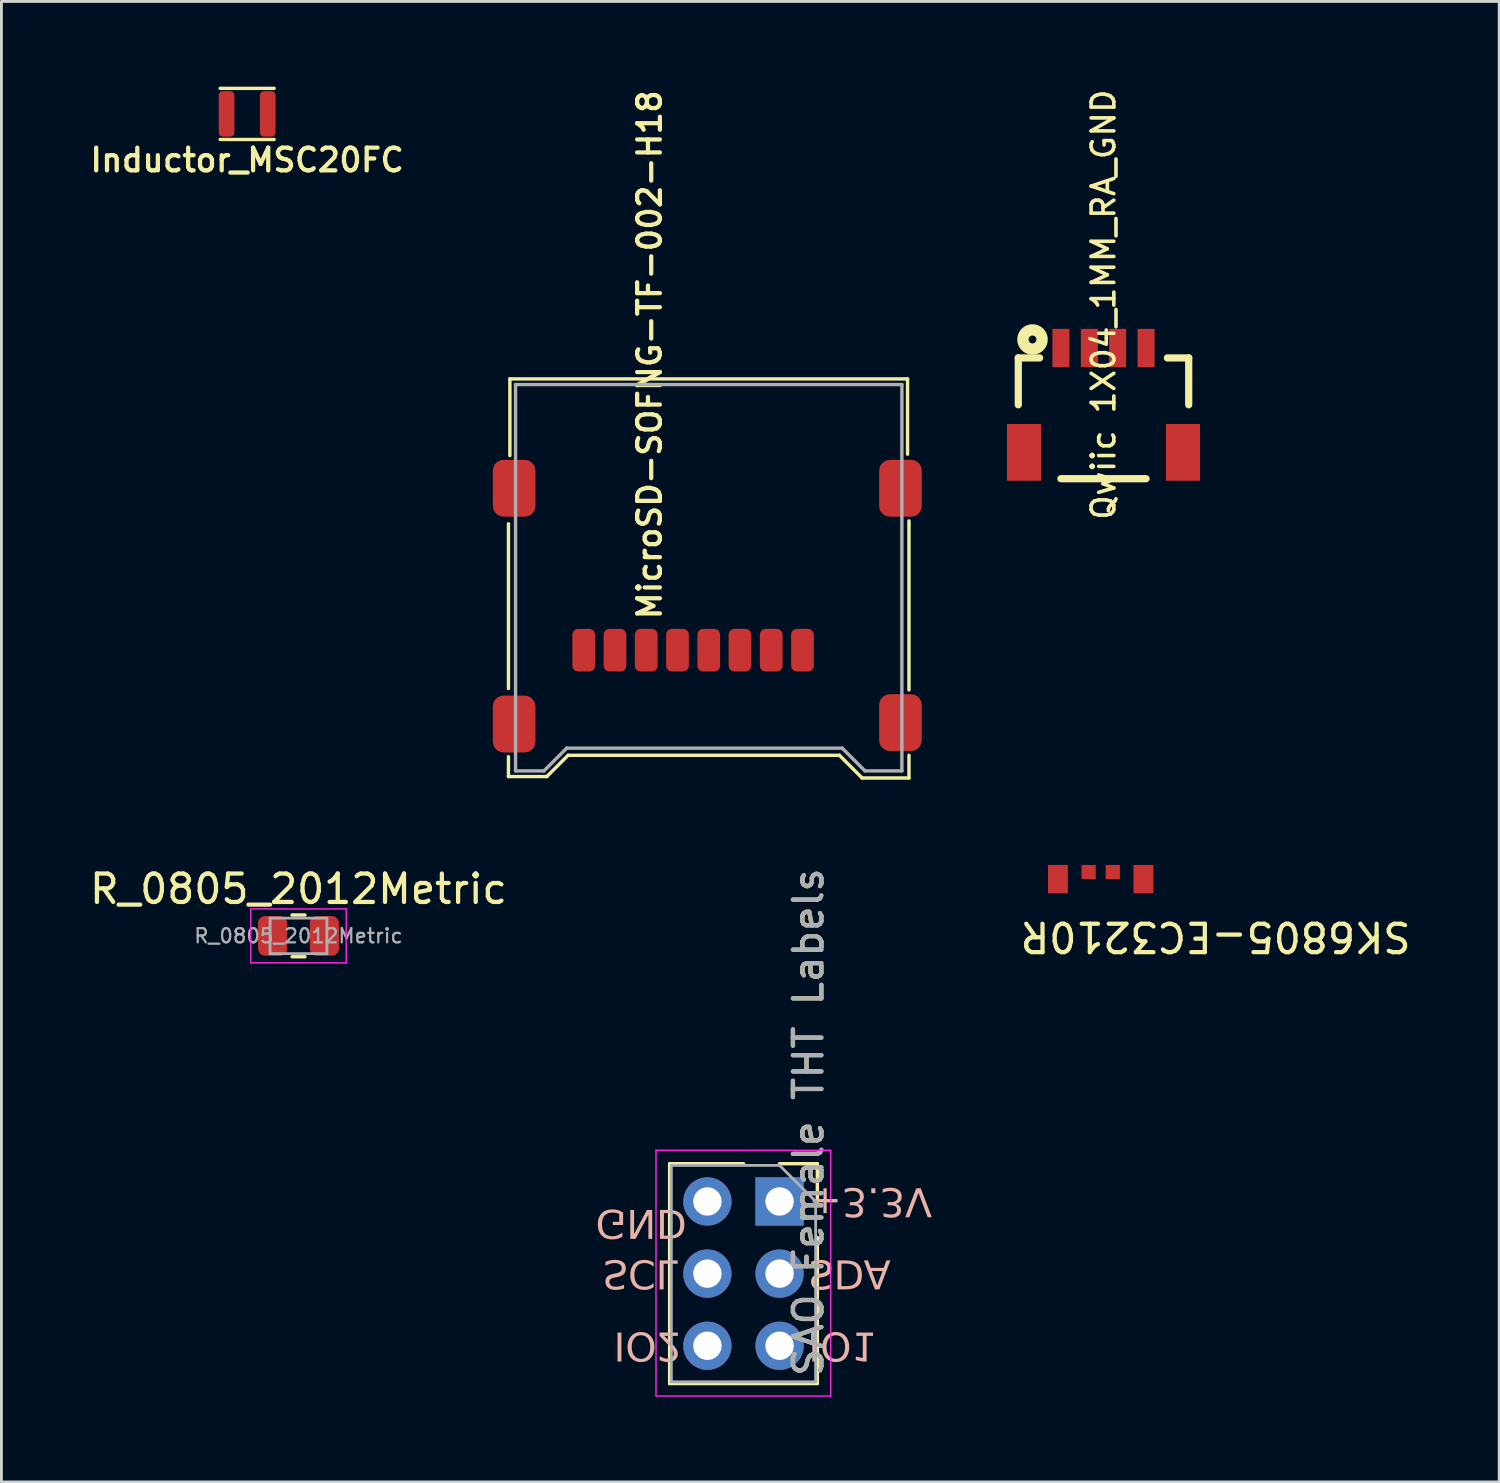
<source format=kicad_pcb>
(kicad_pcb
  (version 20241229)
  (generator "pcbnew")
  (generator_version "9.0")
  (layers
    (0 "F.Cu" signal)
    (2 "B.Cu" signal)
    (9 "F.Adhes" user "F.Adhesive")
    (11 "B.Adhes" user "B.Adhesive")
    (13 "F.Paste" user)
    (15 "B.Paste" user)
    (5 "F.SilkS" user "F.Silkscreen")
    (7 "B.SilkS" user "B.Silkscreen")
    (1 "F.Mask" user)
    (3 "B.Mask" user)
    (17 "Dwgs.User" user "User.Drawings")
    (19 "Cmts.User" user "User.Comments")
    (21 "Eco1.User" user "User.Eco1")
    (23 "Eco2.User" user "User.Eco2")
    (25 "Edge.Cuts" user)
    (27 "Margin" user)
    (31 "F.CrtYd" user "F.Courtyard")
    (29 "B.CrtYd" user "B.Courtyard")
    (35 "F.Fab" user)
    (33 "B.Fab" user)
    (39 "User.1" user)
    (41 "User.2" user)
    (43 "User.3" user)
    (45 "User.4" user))
  (footprint "SK6805-EC3210R"
    (layer "F.Cu")
    (at 35.699 27.649)
    (property "Reference" "SK6805-EC3210R" (at 4.047 2.276 180) (unlocked yes) (layer "F.SilkS") (effects (font (size 1 1) (thickness 0.15))))
    (attr smd)
    (fp_rect (start -1.6 0.2) (end 1.6 0.7) (stroke (width 0.1) (type default)) (fill no) (layer "Eco1.User"))
    (fp_arc (start 1 0.7) (mid 0 1.7) (end -1 0.7) (stroke (width 0.1) (type default)) (layer "Eco1.User"))
    (pad "1" smd rect (at -1.505 0.25) (size 0.7 1) (layers "F.Cu" "F.Mask" "F.Paste"))
    (pad "2" smd rect (at -0.425 0) (size 0.5 0.5) (layers "F.Cu" "F.Mask" "F.Paste"))
    (pad "3" smd rect (at 1.505 0.25) (size 0.7 1) (layers "F.Cu" "F.Mask" "F.Paste"))
    (pad "4" smd rect (at 0.425 0) (size 0.5 0.5) (layers "F.Cu" "F.Mask" "F.Paste")))
  (footprint "Inductor_MSC20FC"
    (layer "F.Cu")
    (at 5.651 0.96)
    (property "Reference" "Inductor_MSC20FC" (at -0.001 1.625 0) (layer "F.SilkS") (effects (font (size 0.8 0.8) (thickness 0.15))))
    (attr smd)
    (fp_line (start -0.95 0.9) (end 0.95 0.9) (stroke (width 0.12) (type solid)) (layer "F.SilkS"))
    (fp_line (start -0.9 -0.9) (end -0.95 -0.9) (stroke (width 0.12) (type solid)) (layer "F.SilkS"))
    (fp_line (start -0.9 -0.9) (end 0.95 -0.9) (stroke (width 0.12) (type solid)) (layer "F.SilkS"))
    (pad "1" smd roundrect (at -0.725 0) (size 0.55 1.6) (layers "F.Cu" "F.Mask" "F.Paste") (roundrect_rratio 0.25))
    (pad "2" smd roundrect (at 0.725 0) (size 0.55 1.6) (layers "F.Cu" "F.Mask" "F.Paste") (roundrect_rratio 0.25)))
  (footprint "MicroSD-SOFNG-TF-002-H18"
    (layer "F.Cu")
    (at 21.9 19.789)
    (property "Reference" "MicroSD-SOFNG-TF-002-H18" (at -2.082 -10.349 90) (layer "F.SilkS") (effects (font (size 0.8 0.8) (thickness 0.15))))
    (attr smd)
    (fp_line (start -7.05 1.4) (end -7.05 -4.4) (stroke (width 0.12) (type solid)) (layer "F.SilkS"))
    (fp_line (start -7.05 4.5) (end -7.05 3.8) (stroke (width 0.12) (type solid)) (layer "F.SilkS"))
    (fp_line (start -7 -9.5) (end 7 -9.5) (stroke (width 0.12) (type solid)) (layer "F.SilkS"))
    (fp_line (start -7 -6.8) (end -7 -9.5) (stroke (width 0.12) (type solid)) (layer "F.SilkS"))
    (fp_line (start -5.7 4.5) (end -7.05 4.5) (stroke (width 0.12) (type solid)) (layer "F.SilkS"))
    (fp_line (start -4.95 3.75) (end -5.7 4.5) (stroke (width 0.12) (type solid)) (layer "F.SilkS"))
    (fp_line (start 4.6 3.75) (end -4.95 3.75) (stroke (width 0.12) (type solid)) (layer "F.SilkS"))
    (fp_line (start 5.4 4.55) (end 4.6 3.75) (stroke (width 0.12) (type solid)) (layer "F.SilkS"))
    (fp_line (start 7 -9.5) (end 7 -6.85) (stroke (width 0.12) (type solid)) (layer "F.SilkS"))
    (fp_line (start 7.05 -4.5) (end 7.05 1.45) (stroke (width 0.12) (type solid)) (layer "F.SilkS"))
    (fp_line (start 7.05 3.75) (end 7.05 4.55) (stroke (width 0.12) (type solid)) (layer "F.SilkS"))
    (fp_line (start 7.05 4.55) (end 5.4 4.55) (stroke (width 0.12) (type solid)) (layer "F.SilkS"))
    (fp_line (start -6.8 -9.3) (end -6.8 4.3) (stroke (width 0.12) (type solid)) (layer "F.Fab"))
    (fp_line (start -6.8 -9.3) (end 6.8 -9.3) (stroke (width 0.12) (type solid)) (layer "F.Fab"))
    (fp_line (start -5.8 4.3) (end -6.8 4.3) (stroke (width 0.12) (type solid)) (layer "F.Fab"))
    (fp_line (start -5 3.5) (end -5.8 4.3) (stroke (width 0.12) (type solid)) (layer "F.Fab"))
    (fp_line (start 4.7 3.5) (end -5 3.5) (stroke (width 0.12) (type solid)) (layer "F.Fab"))
    (fp_line (start 5.5 4.3) (end 4.7 3.5) (stroke (width 0.12) (type solid)) (layer "F.Fab"))
    (fp_line (start 6.8 -9.3) (end 6.8 4.3) (stroke (width 0.12) (type solid)) (layer "F.Fab"))
    (fp_line (start 6.8 4.3) (end 5.5 4.3) (stroke (width 0.12) (type solid)) (layer "F.Fab"))
    (pad "1" smd roundrect (at 3.3 0.05 180) (size 0.8 1.5) (layers "F.Cu" "F.Mask" "F.Paste") (roundrect_rratio 0.25))
    (pad "2" smd roundrect (at 2.2 0.05 180) (size 0.8 1.5) (layers "F.Cu" "F.Mask" "F.Paste") (roundrect_rratio 0.25))
    (pad "3" smd roundrect (at 1.1 0.05 180) (size 0.8 1.5) (layers "F.Cu" "F.Mask" "F.Paste") (roundrect_rratio 0.25))
    (pad "4" smd roundrect (at 0 0.05 180) (size 0.8 1.5) (layers "F.Cu" "F.Mask" "F.Paste") (roundrect_rratio 0.25))
    (pad "5" smd roundrect (at -1.1 0.05 180) (size 0.8 1.5) (layers "F.Cu" "F.Mask" "F.Paste") (roundrect_rratio 0.25))
    (pad "6" smd roundrect (at -2.2 0.05 180) (size 0.8 1.5) (layers "F.Cu" "F.Mask" "F.Paste") (roundrect_rratio 0.25))
    (pad "7" smd roundrect (at -3.3 0.05 180) (size 0.8 1.5) (layers "F.Cu" "F.Mask" "F.Paste") (roundrect_rratio 0.25))
    (pad "8" smd roundrect (at -4.4 0.05 180) (size 0.8 1.5) (layers "F.Cu" "F.Mask" "F.Paste") (roundrect_rratio 0.25))
    (pad "9" smd roundrect (at -6.85 -5.65 180) (size 1.5 2) (layers "F.Cu" "F.Mask" "F.Paste") (roundrect_rratio 0.25))
    (pad "9" smd roundrect (at -6.85 2.65 180) (size 1.5 2) (layers "F.Cu" "F.Mask" "F.Paste") (roundrect_rratio 0.25))
    (pad "9" smd roundrect (at 6.75 -5.65 180) (size 1.5 2) (layers "F.Cu" "F.Mask" "F.Paste") (roundrect_rratio 0.25))
    (pad "9" smd roundrect (at 6.75 2.6 180) (size 1.5 2) (layers "F.Cu" "F.Mask" "F.Paste") (roundrect_rratio 0.25)))
  (footprint "R_0805_2012Metric"
    (layer "F.Cu")
    (at 7.458 29.897)
    (property "Reference" "R_0805_2012Metric" (at 0 -1.65 0) (layer "F.SilkS") (effects (font (size 1 1) (thickness 0.15))))
    (attr smd)
    (fp_line (start -0.227 -0.735) (end 0.227 -0.735) (stroke (width 0.12) (type solid)) (layer "F.SilkS"))
    (fp_line (start -0.227 0.735) (end 0.227 0.735) (stroke (width 0.12) (type solid)) (layer "F.SilkS"))
    (fp_line (start -1.68 -0.95) (end 1.68 -0.95) (stroke (width 0.05) (type solid)) (layer "F.CrtYd"))
    (fp_line (start -1.68 0.95) (end -1.68 -0.95) (stroke (width 0.05) (type solid)) (layer "F.CrtYd"))
    (fp_line (start 1.68 -0.95) (end 1.68 0.95) (stroke (width 0.05) (type solid)) (layer "F.CrtYd"))
    (fp_line (start 1.68 0.95) (end -1.68 0.95) (stroke (width 0.05) (type solid)) (layer "F.CrtYd"))
    (fp_line (start -1 -0.625) (end 1 -0.625) (stroke (width 0.1) (type solid)) (layer "F.Fab"))
    (fp_line (start -1 0.625) (end -1 -0.625) (stroke (width 0.1) (type solid)) (layer "F.Fab"))
    (fp_line (start 1 -0.625) (end 1 0.625) (stroke (width 0.1) (type solid)) (layer "F.Fab"))
    (fp_line (start 1 0.625) (end -1 0.625) (stroke (width 0.1) (type solid)) (layer "F.Fab"))
    (fp_text user "${REFERENCE}" (at 0 0 0) (layer "F.Fab") (effects (font (size 0.5 0.5) (thickness 0.08))))
    (pad "1" smd roundrect (at -0.912 0 180) (size 1.025 1.4) (layers "F.Cu" "F.Mask" "F.Paste") (roundrect_rratio 0.244))
    (pad "2" smd roundrect (at 0.912 0 180) (size 1.025 1.4) (layers "F.Cu" "F.Mask" "F.Paste") (roundrect_rratio 0.244)))
  (footprint "Qwiic 1X04_1MM_RA_GND"
    (layer "F.Cu")
    (at 35.798 9.202)
    (property "Reference" "Qwiic 1X04_1MM_RA_GND" (at 0 -1.53 90) (layer "F.SilkS") (effects (font (size 0.8 0.8) (thickness 0.127))))
    (attr smd)
    (fp_line (start -3 0.348) (end -3 1.999) (stroke (width 0.254) (type solid)) (layer "F.SilkS"))
    (fp_line (start -2.248 0.348) (end -3 0.348) (stroke (width 0.254) (type solid)) (layer "F.SilkS"))
    (fp_line (start 1.499 4.6) (end -1.499 4.6) (stroke (width 0.254) (type solid)) (layer "F.SilkS"))
    (fp_line (start 3 0.348) (end 2.248 0.348) (stroke (width 0.254) (type solid)) (layer "F.SilkS"))
    (fp_line (start 3 1.999) (end 3 0.348) (stroke (width 0.254) (type solid)) (layer "F.SilkS"))
    (fp_circle (center -2.499 -0.3) (end -2.499 -0.439) (stroke (width 0.399) (type solid)) (fill no) (layer "F.SilkS"))
    (pad "1" smd rect (at -1.499 0 180) (size 0.599 1.349) (layers "F.Cu" "F.Mask" "F.Paste"))
    (pad "2" smd rect (at -0.498 0 180) (size 0.599 1.349) (layers "F.Cu" "F.Mask" "F.Paste"))
    (pad "3" smd rect (at 0.498 0 180) (size 0.599 1.349) (layers "F.Cu" "F.Mask" "F.Paste"))
    (pad "4" smd rect (at 1.499 0 180) (size 0.599 1.349) (layers "F.Cu" "F.Mask" "F.Paste"))
    (pad "5" smd rect (at -2.799 3.673 180) (size 1.199 1.999) (layers "F.Cu" "F.Mask" "F.Paste"))
    (pad "6" smd rect (at 2.799 3.673 180) (size 1.199 1.999) (layers "F.Cu" "F.Mask" "F.Paste")))
  (footprint "SAO Female THT Labels"
    (layer "F.Cu")
    (at 23.124 41.787)
    (property "Reference" "SAO Female THT Labels" (at 2.286 -5.334 90) (layer "F.SilkS") (effects (font (size 1 1) (thickness 0.15))))
    (attr through_hole)
    (fp_line (start -2.6 -3.87) (end -2.6 3.87) (stroke (width 0.12) (type solid)) (layer "F.SilkS"))
    (fp_line (start 0 -3.87) (end -2.6 -3.87) (stroke (width 0.12) (type solid)) (layer "F.SilkS"))
    (fp_line (start 2.6 -3.87) (end 1.27 -3.87) (stroke (width 0.12) (type solid)) (layer "F.SilkS"))
    (fp_line (start 2.6 -2.54) (end 2.6 -3.87) (stroke (width 0.12) (type solid)) (layer "F.SilkS"))
    (fp_line (start 2.6 -1.27) (end 2.6 3.87) (stroke (width 0.12) (type solid)) (layer "F.SilkS"))
    (fp_line (start 2.6 3.87) (end -2.6 3.87) (stroke (width 0.12) (type solid)) (layer "F.SilkS"))
    (fp_line (start -3.08 -4.34) (end 3.07 -4.34) (stroke (width 0.05) (type solid)) (layer "F.CrtYd"))
    (fp_line (start -3.08 4.31) (end -3.08 -4.34) (stroke (width 0.05) (type solid)) (layer "F.CrtYd"))
    (fp_line (start -3.08 4.31) (end 3.07 4.31) (stroke (width 0.05) (type solid)) (layer "F.CrtYd"))
    (fp_line (start 3.07 -4.34) (end 3.07 4.31) (stroke (width 0.05) (type solid)) (layer "F.CrtYd"))
    (fp_line (start -2.54 -3.81) (end -2.54 3.81) (stroke (width 0.1) (type solid)) (layer "F.Fab"))
    (fp_line (start -2.54 3.81) (end 2.54 3.81) (stroke (width 0.1) (type solid)) (layer "F.Fab"))
    (fp_line (start 1.27 -3.81) (end -2.54 -3.81) (stroke (width 0.1) (type solid)) (layer "F.Fab"))
    (fp_line (start 2.54 -2.54) (end 1.27 -3.81) (stroke (width 0.1) (type solid)) (layer "F.Fab"))
    (fp_line (start 2.54 3.81) (end 2.54 -2.54) (stroke (width 0.1) (type solid)) (layer "F.Fab"))
    (fp_text user "GND" (at -5.207 -2.413 180) (unlocked yes) (layer "B.SilkS") (effects (font (face "Roboto") (size 1 1) (thickness 0.15)) (justify left bottom mirror)))
    (fp_text user "SCL" (at -4.953 -0.635 180) (unlocked yes) (layer "B.SilkS") (effects (font (face "Roboto") (size 1 1) (thickness 0.15)) (justify left bottom mirror)))
    (fp_text user "+3.3V" (at 2.286 -3.175 180) (unlocked yes) (layer "B.SilkS") (effects (font (face "Roboto") (size 1 1) (thickness 0.15)) (justify left bottom mirror)))
    (fp_text user "IO1" (at 2.286 1.905 180) (unlocked yes) (layer "B.SilkS") (effects (font (face "Roboto") (size 1 1) (thickness 0.15)) (justify left bottom mirror)))
    (fp_text user "SDA" (at 2.286 -0.635 180) (unlocked yes) (layer "B.SilkS") (effects (font (face "Roboto") (size 1 1) (thickness 0.15)) (justify left bottom mirror)))
    (fp_text user "IO2" (at -4.572 1.905 180) (unlocked yes) (layer "B.SilkS") (effects (font (face "Roboto") (size 1 1) (thickness 0.15)) (justify left bottom mirror)))
    (fp_text user "${REFERENCE}" (at 2.286 -5.334 270) (layer "F.Fab") (effects (font (size 1 1) (thickness 0.15))))
    (pad "1" thru_hole rect (at 1.27 -2.54) (size 1.7 1.7) (drill 1) (layers "*.Cu" "*.Mask"))
    (pad "2" thru_hole oval (at -1.27 -2.54) (size 1.7 1.7) (drill 1) (layers "*.Cu" "*.Mask"))
    (pad "3" thru_hole oval (at 1.27 0) (size 1.7 1.7) (drill 1) (layers "*.Cu" "*.Mask"))
    (pad "4" thru_hole oval (at -1.27 0) (size 1.7 1.7) (drill 1) (layers "*.Cu" "*.Mask"))
    (pad "5" thru_hole oval (at 1.27 2.54) (size 1.7 1.7) (drill 1) (layers "*.Cu" "*.Mask"))
    (pad "6" thru_hole oval (at -1.27 2.54) (size 1.7 1.7) (drill 1) (layers "*.Cu" "*.Mask")))
  (gr_rect
    (start -3 -3)
    (end 49.728 49.122)
    (stroke (width 0.1) (type default))
    (fill no)
    (layer "Edge.Cuts")))
</source>
